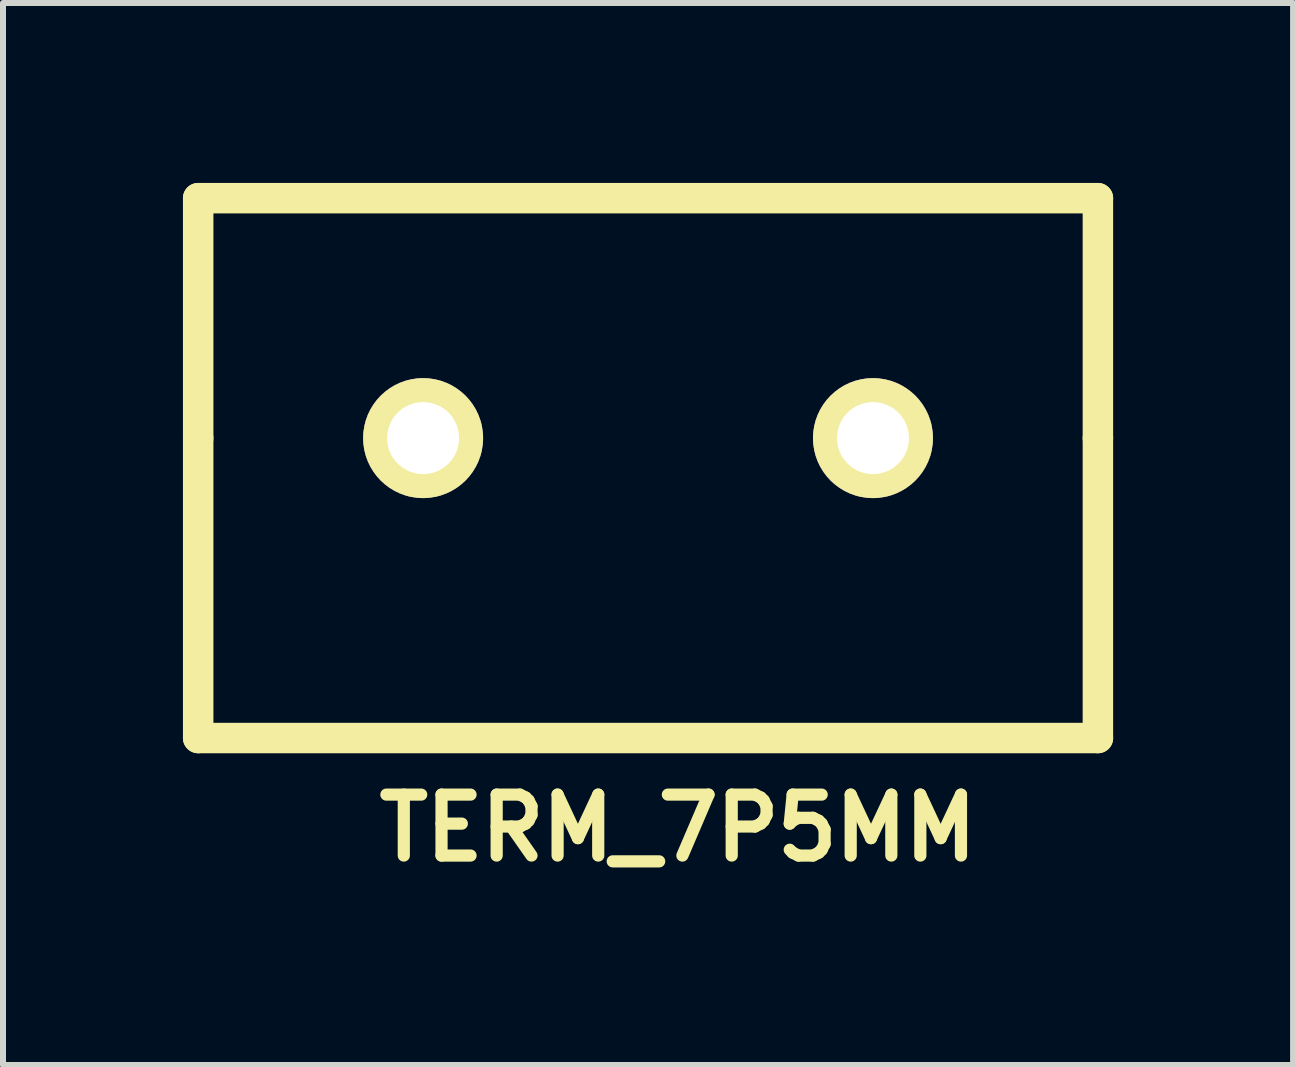
<source format=kicad_pcb>
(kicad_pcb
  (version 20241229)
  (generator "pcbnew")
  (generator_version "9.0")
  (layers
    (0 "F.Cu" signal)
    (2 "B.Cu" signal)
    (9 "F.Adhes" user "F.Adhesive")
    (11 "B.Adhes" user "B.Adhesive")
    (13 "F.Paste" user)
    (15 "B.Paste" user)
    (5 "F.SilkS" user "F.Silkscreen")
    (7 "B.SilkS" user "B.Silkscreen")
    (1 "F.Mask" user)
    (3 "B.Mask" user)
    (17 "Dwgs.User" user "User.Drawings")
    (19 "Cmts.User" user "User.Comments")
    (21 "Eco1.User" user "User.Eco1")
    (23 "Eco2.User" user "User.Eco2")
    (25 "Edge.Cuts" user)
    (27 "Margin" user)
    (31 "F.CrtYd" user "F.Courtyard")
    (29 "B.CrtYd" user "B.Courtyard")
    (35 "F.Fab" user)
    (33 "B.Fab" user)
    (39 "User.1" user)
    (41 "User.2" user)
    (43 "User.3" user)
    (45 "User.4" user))
  (footprint "TERM_7P5MM"
    (layer "F.Cu")
    (at 7.754 4.254)
    (property "Reference" "TERM_7P5MM" (at 0.5 6.5 0) (layer "F.SilkS") (effects (font (size 1.016 1.016) (thickness 0.203))))
    (attr through_hole)
    (fp_line (start -7.5 -4) (end 7.5 -4) (stroke (width 0.508) (type solid)) (layer "F.SilkS"))
    (fp_line (start -7.5 0) (end -7.5 -4) (stroke (width 0.508) (type solid)) (layer "F.SilkS"))
    (fp_line (start -7.5 5) (end -7.5 0) (stroke (width 0.508) (type solid)) (layer "F.SilkS"))
    (fp_line (start 7.5 -4) (end 7.5 0) (stroke (width 0.508) (type solid)) (layer "F.SilkS"))
    (fp_line (start 7.5 0) (end 7.5 5) (stroke (width 0.508) (type solid)) (layer "F.SilkS"))
    (fp_line (start 7.5 5) (end -7.5 5) (stroke (width 0.508) (type solid)) (layer "F.SilkS"))
    (pad "1" thru_hole circle (at -3.75 0) (size 2 2) (drill 1.2) (layers "*.Cu" "*.Mask" "F.SilkS"))
    (pad "2" thru_hole circle (at 3.75 0) (size 2 2) (drill 1.2) (layers "*.Cu" "*.Mask" "F.SilkS")))
  (gr_rect
    (start -3 -3)
    (end 18.508 14.705)
    (stroke (width 0.1) (type default))
    (fill no)
    (layer "Edge.Cuts")))
</source>
